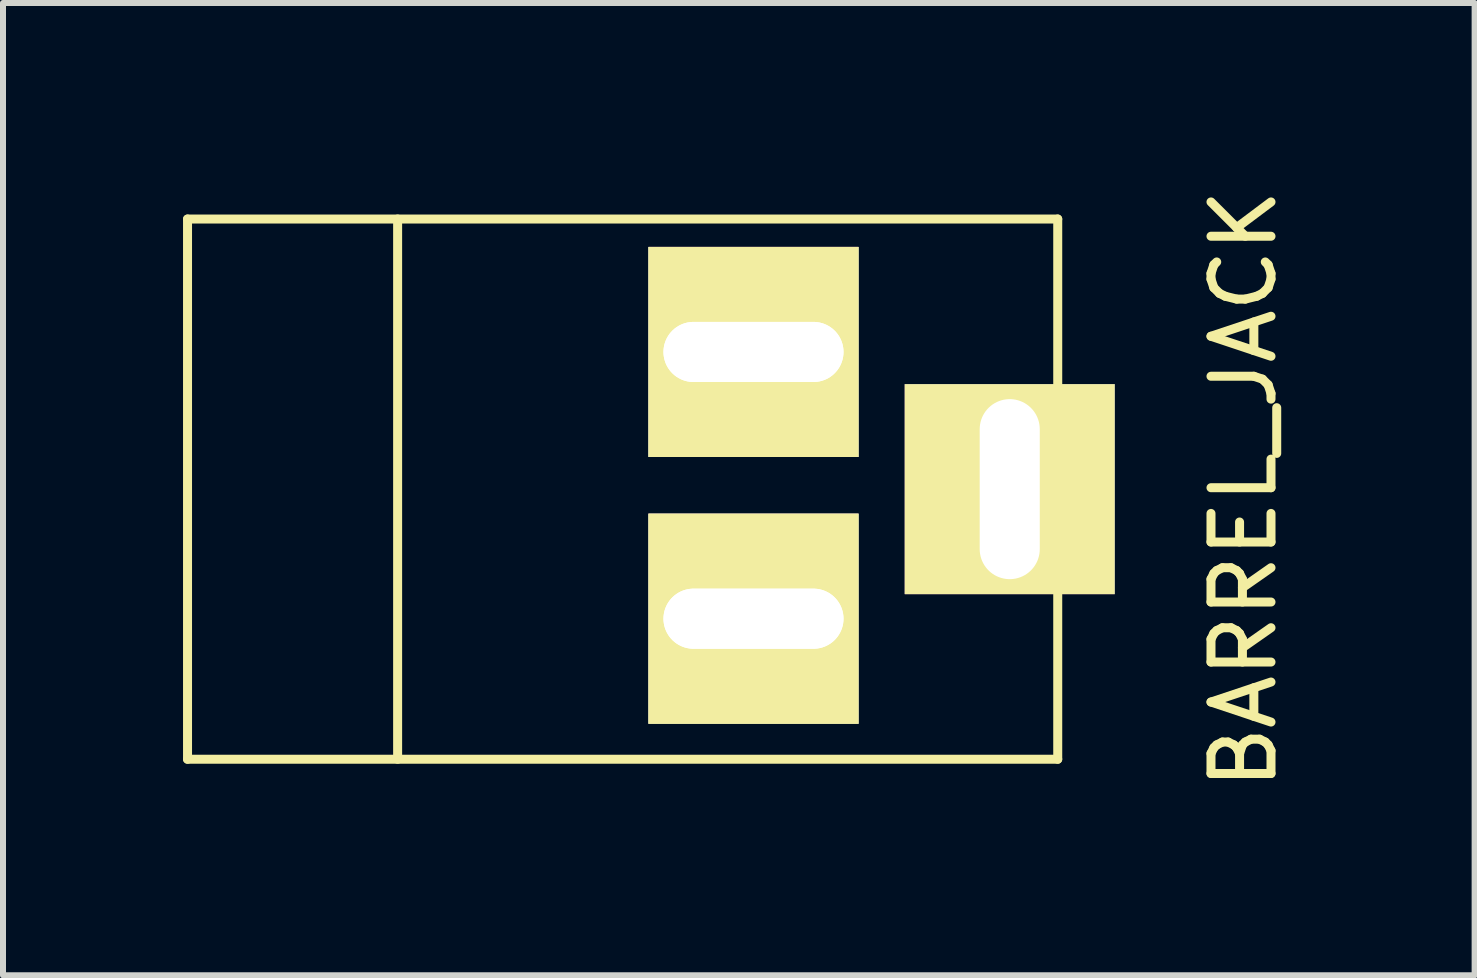
<source format=kicad_pcb>
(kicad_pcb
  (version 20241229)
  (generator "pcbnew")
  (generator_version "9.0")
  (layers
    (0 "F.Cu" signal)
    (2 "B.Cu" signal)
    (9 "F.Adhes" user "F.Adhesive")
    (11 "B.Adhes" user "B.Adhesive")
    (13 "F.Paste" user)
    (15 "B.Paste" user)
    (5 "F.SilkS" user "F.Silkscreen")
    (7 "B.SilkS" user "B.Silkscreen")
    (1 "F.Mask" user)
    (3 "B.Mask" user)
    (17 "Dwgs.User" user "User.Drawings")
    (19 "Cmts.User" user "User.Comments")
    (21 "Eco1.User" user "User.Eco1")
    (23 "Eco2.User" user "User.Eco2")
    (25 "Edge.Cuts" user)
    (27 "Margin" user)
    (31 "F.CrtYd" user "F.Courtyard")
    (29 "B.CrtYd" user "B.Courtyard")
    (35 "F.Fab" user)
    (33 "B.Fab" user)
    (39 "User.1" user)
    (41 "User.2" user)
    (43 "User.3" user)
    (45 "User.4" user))
  (footprint "BARREL_JACK"
    (layer "F.Cu")
    (at 7.576 5.101)
    (property "Reference" "BARREL_JACK" (at 10.099 0 90) (layer "F.SilkS") (effects (font (size 1 1) (thickness 0.15))))
    (attr through_hole)
    (fp_line (start -7.501 -4.501) (end -7.501 4.501) (stroke (width 0.15) (type solid)) (layer "F.SilkS"))
    (fp_line (start -7.501 4.501) (end 7 4.501) (stroke (width 0.15) (type solid)) (layer "F.SilkS"))
    (fp_line (start -4 -4.501) (end -4 4.501) (stroke (width 0.15) (type solid)) (layer "F.SilkS"))
    (fp_line (start 7 -4.501) (end -7.501 -4.501) (stroke (width 0.15) (type solid)) (layer "F.SilkS"))
    (fp_line (start 7 4.501) (end 7 -4.501) (stroke (width 0.15) (type solid)) (layer "F.SilkS"))
    (pad "1" thru_hole rect (at 6.2 0) (size 3.5 3.5) (drill oval 1.001 3) (layers "*.Cu" "*.Mask" "F.SilkS"))
    (pad "2" thru_hole rect (at 1.93 -2.286) (size 3.5 3.5) (drill oval 3 1.001) (layers "*.Cu" "*.Mask" "F.SilkS"))
    (pad "3" thru_hole rect (at 1.93 -2.286) (size 3.5 3.5) (drill oval 3 1.001) (layers "*.Cu" "*.Mask" "F.SilkS"))
    (pad "3" thru_hole rect (at 1.93 2.159) (size 3.5 3.5) (drill oval 3 1.001) (layers "*.Cu" "*.Mask" "F.SilkS"))
    (pad "3" thru_hole rect (at 1.93 2.159) (size 3.5 3.5) (drill oval 3 1.001) (layers "*.Cu" "*.Mask" "F.SilkS")))
  (gr_rect
    (start -3 -3)
    (end 21.523 13.202)
    (stroke (width 0.1) (type default))
    (fill no)
    (layer "Edge.Cuts")))
</source>
